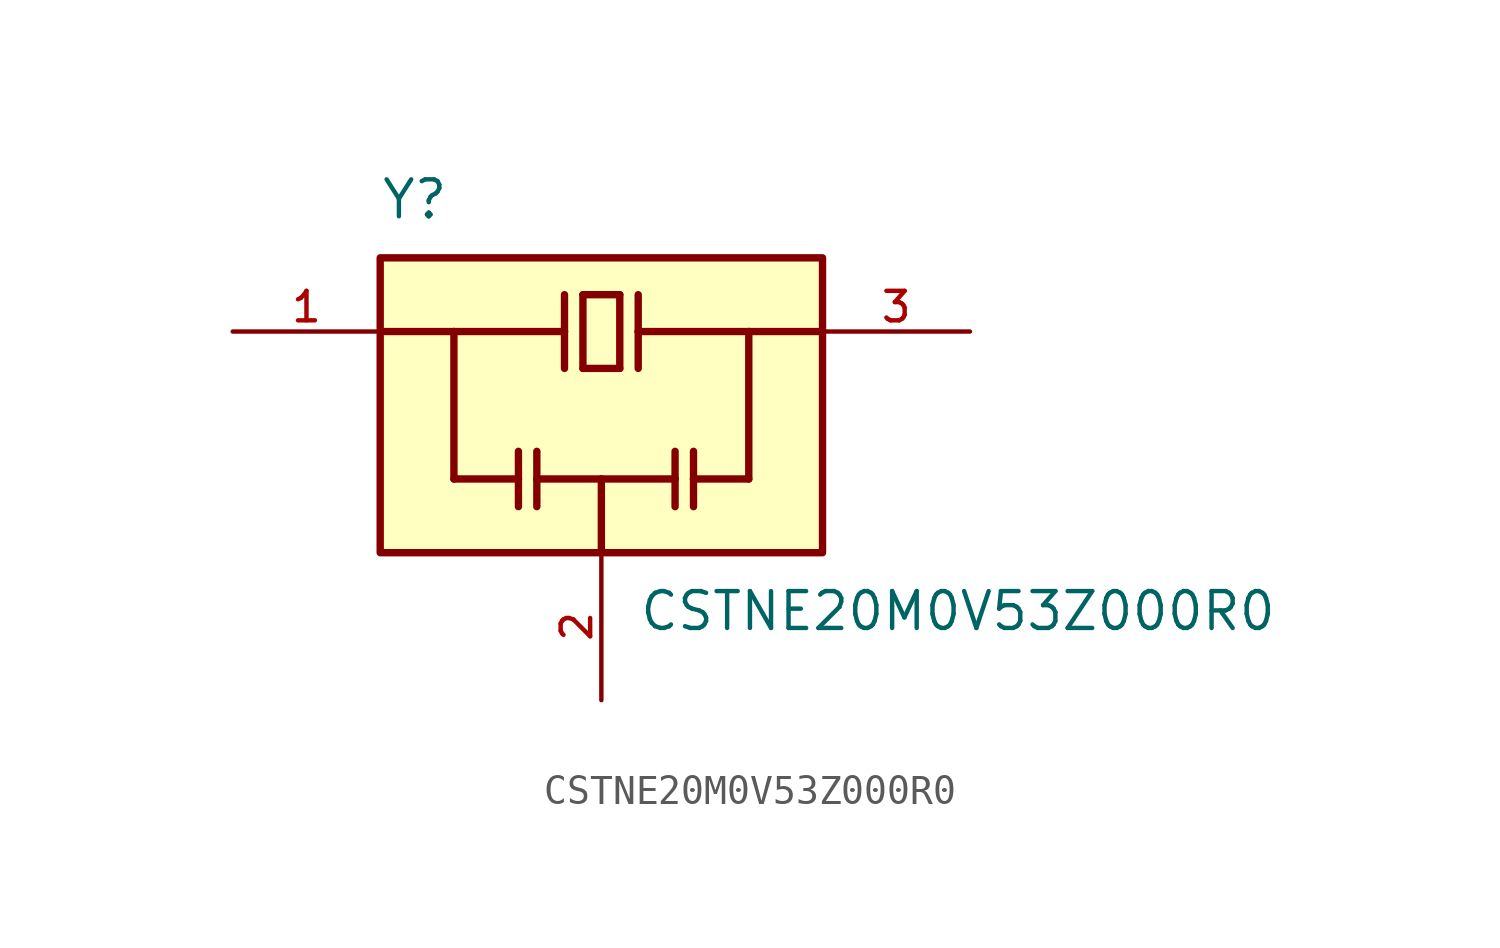
<source format=kicad_sym>
(kicad_symbol_lib
  (version 20211014)
  (generator kicad_symbol_editor)
  (symbol "CSTNE20M0V53Z000R0"
    (pin_names
      (offset 1.016))
    (property "Reference" "Y"
      (at -7.62 6.35 0)
      (effects (font (size 1.27 1.27)) (justify bottom left)))
    (property "Value" "CSTNE20M0V53Z000R0"
      (at 1.27 -6.35 0.0)
      (effects (font (size 1.27 1.27)) (justify top left)))
    (symbol "CSTNE20M0V53Z000R0_0_0"
      (polyline (pts (xy -1.27 3.81) (xy -1.27 2.54)) (stroke (width 0.254)))
      (polyline (pts (xy -1.27 2.54) (xy -1.27 1.27)) (stroke (width 0.254)))
      (polyline (pts (xy -0.635 1.27) (xy -0.635 3.81)) (stroke (width 0.254)))
      (polyline (pts (xy -0.635 3.81) (xy 0.635 3.81)) (stroke (width 0.254)))
      (polyline (pts (xy 0.635 3.81) (xy 0.635 1.27)) (stroke (width 0.254)))
      (polyline (pts (xy 0.635 1.27) (xy -0.635 1.27)) (stroke (width 0.254)))
      (polyline (pts (xy 1.27 3.81) (xy 1.27 2.54)) (stroke (width 0.254)))
      (polyline (pts (xy 1.27 2.54) (xy 1.27 1.27)) (stroke (width 0.254)))
      (polyline (pts (xy -2.857 -1.587) (xy -2.857 -2.54)) (stroke (width 0.254)))
      (polyline (pts (xy -2.857 -2.54) (xy -2.857 -3.493)) (stroke (width 0.254)))
      (polyline (pts (xy -2.223 -1.587) (xy -2.223 -2.54)) (stroke (width 0.254)))
      (polyline (pts (xy -2.223 -2.54) (xy -2.223 -3.493)) (stroke (width 0.254)))
      (polyline (pts (xy 2.54 -1.587) (xy 2.54 -2.54)) (stroke (width 0.254)))
      (polyline (pts (xy 2.54 -2.54) (xy 2.54 -3.493)) (stroke (width 0.254)))
      (polyline (pts (xy 3.175 -1.587) (xy 3.175 -2.54)) (stroke (width 0.254)))
      (polyline (pts (xy 3.175 -2.54) (xy 3.175 -3.493)) (stroke (width 0.254)))
      (polyline (pts (xy -7.62 2.54) (xy -5.08 2.54)) (stroke (width 0.254)))
      (polyline (pts (xy -5.08 2.54) (xy -1.27 2.54)) (stroke (width 0.254)))
      (polyline (pts (xy 1.27 2.54) (xy 5.08 2.54)) (stroke (width 0.254)))
      (polyline (pts (xy 5.08 2.54) (xy 7.62 2.54)) (stroke (width 0.254)))
      (polyline (pts (xy -2.857 -2.54) (xy -5.08 -2.54)) (stroke (width 0.254)))
      (polyline (pts (xy -5.08 -2.54) (xy -5.08 2.54)) (stroke (width 0.254)))
      (polyline (pts (xy 3.175 -2.54) (xy 5.08 -2.54)) (stroke (width 0.254)))
      (polyline (pts (xy 5.08 -2.54) (xy 5.08 2.54)) (stroke (width 0.254)))
      (polyline (pts (xy 0.0 -5.08) (xy 0.0 -2.54)) (stroke (width 0.254)))
      (polyline (pts (xy 0.0 -2.54) (xy -2.223 -2.54)) (stroke (width 0.254)))
      (polyline (pts (xy 0.0 -2.54) (xy 2.54 -2.54)) (stroke (width 0.254)))
      (rectangle (start -7.62 -5.08) (end 7.62 5.08) (stroke (width 0.254)) (fill (type background)))
      (pin input line (at -12.7 2.54 0) (length 5.08) (name "~" (effects (font (size 1.016 1.016)))) (number "1" (effects (font (size 1.016 1.016)))))
      (pin output line (at 12.7 2.54 180.0) (length 5.08) (name "~" (effects (font (size 1.016 1.016)))) (number "3" (effects (font (size 1.016 1.016)))))
      (pin power_in line (at 0.0 -10.16 90.0) (length 5.08) (name "~" (effects (font (size 1.016 1.016)))) (number "2" (effects (font (size 1.016 1.016))))))))
</source>
